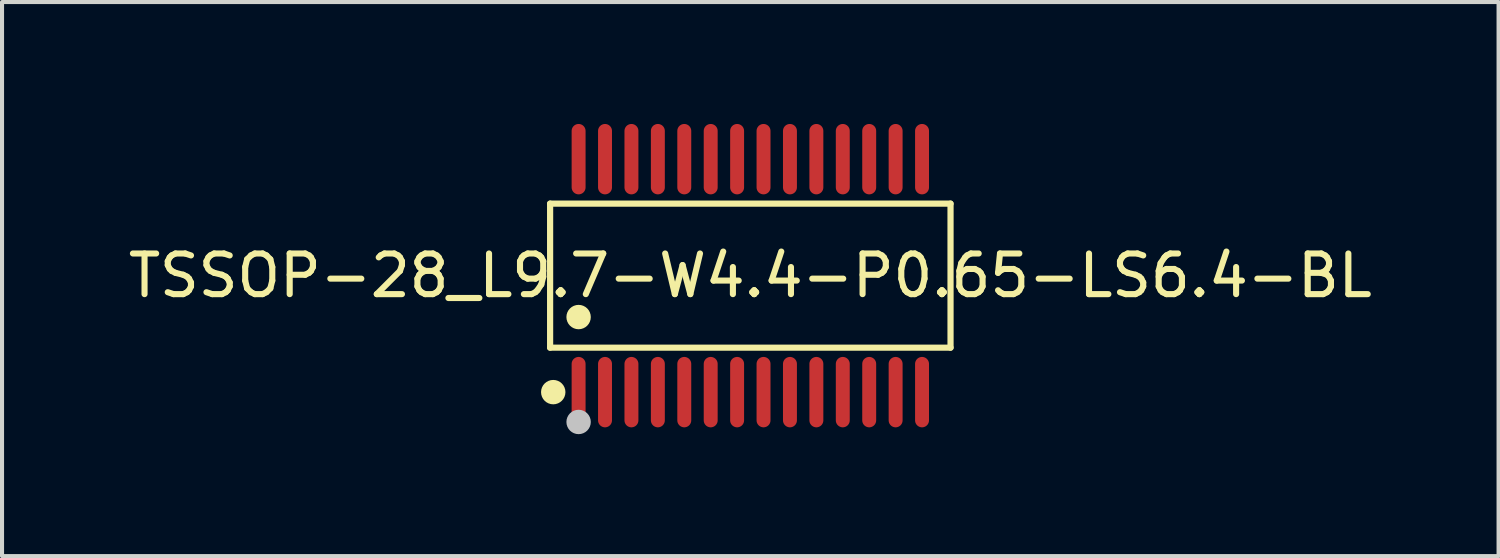
<source format=kicad_pcb>
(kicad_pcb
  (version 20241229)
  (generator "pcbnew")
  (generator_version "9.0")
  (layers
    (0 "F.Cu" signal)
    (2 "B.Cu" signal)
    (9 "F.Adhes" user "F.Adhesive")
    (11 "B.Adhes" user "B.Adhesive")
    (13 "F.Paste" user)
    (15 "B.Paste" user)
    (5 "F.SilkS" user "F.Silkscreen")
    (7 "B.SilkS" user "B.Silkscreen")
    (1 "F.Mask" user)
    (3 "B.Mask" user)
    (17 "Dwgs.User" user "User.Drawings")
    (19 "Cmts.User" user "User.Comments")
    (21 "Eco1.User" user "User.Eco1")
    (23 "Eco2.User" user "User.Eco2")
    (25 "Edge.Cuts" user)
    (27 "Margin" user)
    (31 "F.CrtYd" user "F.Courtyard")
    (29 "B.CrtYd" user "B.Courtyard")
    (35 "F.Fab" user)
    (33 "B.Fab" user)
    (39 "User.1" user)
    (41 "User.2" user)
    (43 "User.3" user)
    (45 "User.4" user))
  (footprint "TSSOP-28_L9.7-W4.4-P0.65-LS6.4-BL"
    (layer "F.Cu")
    (at 15.411 3.732)
    (property "Reference" "TSSOP-28_L9.7-W4.4-P0.65-LS6.4-BL" (at 0 0 0) (unlocked yes) (layer "F.SilkS") (effects (font (size 1 1) (thickness 0.15))))
    (fp_line (start -4.926 -1.772) (end 4.926 -1.772) (stroke (width 0.152) (type default)) (layer "F.SilkS"))
    (fp_line (start -4.926 1.772) (end -4.926 -1.772) (stroke (width 0.152) (type default)) (layer "F.SilkS"))
    (fp_line (start 4.926 -1.772) (end 4.926 1.772) (stroke (width 0.152) (type default)) (layer "F.SilkS"))
    (fp_line (start 4.926 1.772) (end -4.926 1.772) (stroke (width 0.152) (type default)) (layer "F.SilkS"))
    (fp_circle (center -4.849 2.866) (end -4.699 2.866) (stroke (width 0.3) (type default)) (fill no) (layer "F.SilkS"))
    (fp_circle (center -4.225 1.019) (end -4.075 1.019) (stroke (width 0.3) (type default)) (fill no) (layer "F.SilkS"))
    (fp_circle (center -4.225 3.6) (end -4.075 3.6) (stroke (width 0.3) (type default)) (fill no) (layer "Dwgs.User"))
    (fp_poly (pts (xy -4.348 -3.2) (xy -4.348 -2.6) (xy -4.103 -2.6) (xy -4.103 -3.2)) (stroke (width 0.1) (type default)) (fill no) (layer "User.1"))
    (fp_poly (pts (xy -4.348 -2.61) (xy -4.348 -2.19) (xy -4.103 -2.19) (xy -4.103 -2.61)) (stroke (width 0.1) (type default)) (fill no) (layer "User.1"))
    (fp_poly (pts (xy -4.348 2.61) (xy -4.348 2.19) (xy -4.103 2.19) (xy -4.103 2.61)) (stroke (width 0.1) (type default)) (fill no) (layer "User.1"))
    (fp_poly (pts (xy -4.348 3.2) (xy -4.348 2.6) (xy -4.103 2.6) (xy -4.103 3.2)) (stroke (width 0.1) (type default)) (fill no) (layer "User.1"))
    (fp_poly (pts (xy -3.697 -3.2) (xy -3.697 -2.6) (xy -3.453 -2.6) (xy -3.453 -3.2)) (stroke (width 0.1) (type default)) (fill no) (layer "User.1"))
    (fp_poly (pts (xy -3.697 -2.61) (xy -3.697 -2.19) (xy -3.453 -2.19) (xy -3.453 -2.61)) (stroke (width 0.1) (type default)) (fill no) (layer "User.1"))
    (fp_poly (pts (xy -3.697 2.61) (xy -3.697 2.19) (xy -3.453 2.19) (xy -3.453 2.61)) (stroke (width 0.1) (type default)) (fill no) (layer "User.1"))
    (fp_poly (pts (xy -3.697 3.2) (xy -3.697 2.6) (xy -3.453 2.6) (xy -3.453 3.2)) (stroke (width 0.1) (type default)) (fill no) (layer "User.1"))
    (fp_poly (pts (xy -3.047 -3.2) (xy -3.047 -2.6) (xy -2.803 -2.6) (xy -2.803 -3.2)) (stroke (width 0.1) (type default)) (fill no) (layer "User.1"))
    (fp_poly (pts (xy -3.047 -2.61) (xy -3.047 -2.19) (xy -2.803 -2.19) (xy -2.803 -2.61)) (stroke (width 0.1) (type default)) (fill no) (layer "User.1"))
    (fp_poly (pts (xy -3.047 2.61) (xy -3.047 2.19) (xy -2.803 2.19) (xy -2.803 2.61)) (stroke (width 0.1) (type default)) (fill no) (layer "User.1"))
    (fp_poly (pts (xy -3.047 3.2) (xy -3.047 2.6) (xy -2.803 2.6) (xy -2.803 3.2)) (stroke (width 0.1) (type default)) (fill no) (layer "User.1"))
    (fp_poly (pts (xy -2.397 -3.2) (xy -2.397 -2.6) (xy -2.152 -2.6) (xy -2.152 -3.2)) (stroke (width 0.1) (type default)) (fill no) (layer "User.1"))
    (fp_poly (pts (xy -2.397 -2.61) (xy -2.397 -2.19) (xy -2.152 -2.19) (xy -2.152 -2.61)) (stroke (width 0.1) (type default)) (fill no) (layer "User.1"))
    (fp_poly (pts (xy -2.397 2.61) (xy -2.397 2.19) (xy -2.152 2.19) (xy -2.152 2.61)) (stroke (width 0.1) (type default)) (fill no) (layer "User.1"))
    (fp_poly (pts (xy -2.397 3.2) (xy -2.397 2.6) (xy -2.152 2.6) (xy -2.152 3.2)) (stroke (width 0.1) (type default)) (fill no) (layer "User.1"))
    (fp_poly (pts (xy -1.748 -3.2) (xy -1.748 -2.6) (xy -1.502 -2.6) (xy -1.502 -3.2)) (stroke (width 0.1) (type default)) (fill no) (layer "User.1"))
    (fp_poly (pts (xy -1.748 -2.61) (xy -1.748 -2.19) (xy -1.502 -2.19) (xy -1.502 -2.61)) (stroke (width 0.1) (type default)) (fill no) (layer "User.1"))
    (fp_poly (pts (xy -1.748 2.61) (xy -1.748 2.19) (xy -1.502 2.19) (xy -1.502 2.61)) (stroke (width 0.1) (type default)) (fill no) (layer "User.1"))
    (fp_poly (pts (xy -1.748 3.2) (xy -1.748 2.6) (xy -1.502 2.6) (xy -1.502 3.2)) (stroke (width 0.1) (type default)) (fill no) (layer "User.1"))
    (fp_poly (pts (xy -1.097 -3.2) (xy -1.097 -2.6) (xy -0.853 -2.6) (xy -0.853 -3.2)) (stroke (width 0.1) (type default)) (fill no) (layer "User.1"))
    (fp_poly (pts (xy -1.097 -2.61) (xy -1.097 -2.19) (xy -0.853 -2.19) (xy -0.853 -2.61)) (stroke (width 0.1) (type default)) (fill no) (layer "User.1"))
    (fp_poly (pts (xy -1.097 2.61) (xy -1.097 2.19) (xy -0.853 2.19) (xy -0.853 2.61)) (stroke (width 0.1) (type default)) (fill no) (layer "User.1"))
    (fp_poly (pts (xy -1.097 3.2) (xy -1.097 2.6) (xy -0.853 2.6) (xy -0.853 3.2)) (stroke (width 0.1) (type default)) (fill no) (layer "User.1"))
    (fp_poly (pts (xy -0.448 -3.2) (xy -0.448 -2.6) (xy -0.203 -2.6) (xy -0.203 -3.2)) (stroke (width 0.1) (type default)) (fill no) (layer "User.1"))
    (fp_poly (pts (xy -0.448 -2.61) (xy -0.448 -2.19) (xy -0.203 -2.19) (xy -0.203 -2.61)) (stroke (width 0.1) (type default)) (fill no) (layer "User.1"))
    (fp_poly (pts (xy -0.448 2.61) (xy -0.448 2.19) (xy -0.203 2.19) (xy -0.203 2.61)) (stroke (width 0.1) (type default)) (fill no) (layer "User.1"))
    (fp_poly (pts (xy -0.448 3.2) (xy -0.448 2.6) (xy -0.203 2.6) (xy -0.203 3.2)) (stroke (width 0.1) (type default)) (fill no) (layer "User.1"))
    (fp_poly (pts (xy 0.203 -3.2) (xy 0.203 -2.6) (xy 0.448 -2.6) (xy 0.448 -3.2)) (stroke (width 0.1) (type default)) (fill no) (layer "User.1"))
    (fp_poly (pts (xy 0.203 -2.61) (xy 0.203 -2.19) (xy 0.448 -2.19) (xy 0.448 -2.61)) (stroke (width 0.1) (type default)) (fill no) (layer "User.1"))
    (fp_poly (pts (xy 0.203 2.61) (xy 0.203 2.19) (xy 0.448 2.19) (xy 0.448 2.61)) (stroke (width 0.1) (type default)) (fill no) (layer "User.1"))
    (fp_poly (pts (xy 0.203 3.2) (xy 0.203 2.6) (xy 0.448 2.6) (xy 0.448 3.2)) (stroke (width 0.1) (type default)) (fill no) (layer "User.1"))
    (fp_poly (pts (xy 0.853 -3.2) (xy 0.853 -2.6) (xy 1.097 -2.6) (xy 1.097 -3.2)) (stroke (width 0.1) (type default)) (fill no) (layer "User.1"))
    (fp_poly (pts (xy 0.853 -2.61) (xy 0.853 -2.19) (xy 1.097 -2.19) (xy 1.097 -2.61)) (stroke (width 0.1) (type default)) (fill no) (layer "User.1"))
    (fp_poly (pts (xy 0.853 2.61) (xy 0.853 2.19) (xy 1.097 2.19) (xy 1.097 2.61)) (stroke (width 0.1) (type default)) (fill no) (layer "User.1"))
    (fp_poly (pts (xy 0.853 3.2) (xy 0.853 2.6) (xy 1.097 2.6) (xy 1.097 3.2)) (stroke (width 0.1) (type default)) (fill no) (layer "User.1"))
    (fp_poly (pts (xy 1.502 -3.2) (xy 1.502 -2.6) (xy 1.748 -2.6) (xy 1.748 -3.2)) (stroke (width 0.1) (type default)) (fill no) (layer "User.1"))
    (fp_poly (pts (xy 1.502 -2.61) (xy 1.502 -2.19) (xy 1.748 -2.19) (xy 1.748 -2.61)) (stroke (width 0.1) (type default)) (fill no) (layer "User.1"))
    (fp_poly (pts (xy 1.502 2.61) (xy 1.502 2.19) (xy 1.748 2.19) (xy 1.748 2.61)) (stroke (width 0.1) (type default)) (fill no) (layer "User.1"))
    (fp_poly (pts (xy 1.502 3.2) (xy 1.502 2.6) (xy 1.748 2.6) (xy 1.748 3.2)) (stroke (width 0.1) (type default)) (fill no) (layer "User.1"))
    (fp_poly (pts (xy 2.152 -3.2) (xy 2.152 -2.6) (xy 2.397 -2.6) (xy 2.397 -3.2)) (stroke (width 0.1) (type default)) (fill no) (layer "User.1"))
    (fp_poly (pts (xy 2.152 -2.61) (xy 2.152 -2.19) (xy 2.397 -2.19) (xy 2.397 -2.61)) (stroke (width 0.1) (type default)) (fill no) (layer "User.1"))
    (fp_poly (pts (xy 2.152 2.61) (xy 2.152 2.19) (xy 2.397 2.19) (xy 2.397 2.61)) (stroke (width 0.1) (type default)) (fill no) (layer "User.1"))
    (fp_poly (pts (xy 2.152 3.2) (xy 2.152 2.6) (xy 2.397 2.6) (xy 2.397 3.2)) (stroke (width 0.1) (type default)) (fill no) (layer "User.1"))
    (fp_poly (pts (xy 2.803 -3.2) (xy 2.803 -2.6) (xy 3.047 -2.6) (xy 3.047 -3.2)) (stroke (width 0.1) (type default)) (fill no) (layer "User.1"))
    (fp_poly (pts (xy 2.803 -2.61) (xy 2.803 -2.19) (xy 3.047 -2.19) (xy 3.047 -2.61)) (stroke (width 0.1) (type default)) (fill no) (layer "User.1"))
    (fp_poly (pts (xy 2.803 2.61) (xy 2.803 2.19) (xy 3.047 2.19) (xy 3.047 2.61)) (stroke (width 0.1) (type default)) (fill no) (layer "User.1"))
    (fp_poly (pts (xy 2.803 3.2) (xy 2.803 2.6) (xy 3.047 2.6) (xy 3.047 3.2)) (stroke (width 0.1) (type default)) (fill no) (layer "User.1"))
    (fp_poly (pts (xy 3.453 -3.2) (xy 3.453 -2.6) (xy 3.697 -2.6) (xy 3.697 -3.2)) (stroke (width 0.1) (type default)) (fill no) (layer "User.1"))
    (fp_poly (pts (xy 3.453 -2.61) (xy 3.453 -2.19) (xy 3.697 -2.19) (xy 3.697 -2.61)) (stroke (width 0.1) (type default)) (fill no) (layer "User.1"))
    (fp_poly (pts (xy 3.453 2.61) (xy 3.453 2.19) (xy 3.697 2.19) (xy 3.697 2.61)) (stroke (width 0.1) (type default)) (fill no) (layer "User.1"))
    (fp_poly (pts (xy 3.453 3.2) (xy 3.453 2.6) (xy 3.697 2.6) (xy 3.697 3.2)) (stroke (width 0.1) (type default)) (fill no) (layer "User.1"))
    (fp_poly (pts (xy 4.103 -3.2) (xy 4.103 -2.6) (xy 4.348 -2.6) (xy 4.348 -3.2)) (stroke (width 0.1) (type default)) (fill no) (layer "User.1"))
    (fp_poly (pts (xy 4.103 -2.61) (xy 4.103 -2.19) (xy 4.348 -2.19) (xy 4.348 -2.61)) (stroke (width 0.1) (type default)) (fill no) (layer "User.1"))
    (fp_poly (pts (xy 4.103 2.61) (xy 4.103 2.19) (xy 4.348 2.19) (xy 4.348 2.61)) (stroke (width 0.1) (type default)) (fill no) (layer "User.1"))
    (fp_poly (pts (xy 4.103 3.2) (xy 4.103 2.6) (xy 4.348 2.6) (xy 4.348 3.2)) (stroke (width 0.1) (type default)) (fill no) (layer "User.1"))
    (fp_line (start -4.85 -2.2) (end 4.85 -2.2) (stroke (width 0.051) (type default)) (layer "User.2"))
    (fp_line (start -4.85 2.2) (end -4.85 -2.2) (stroke (width 0.051) (type default)) (layer "User.2"))
    (fp_line (start 4.85 -2.2) (end 4.85 2.2) (stroke (width 0.051) (type default)) (layer "User.2"))
    (fp_line (start 4.85 2.2) (end -4.85 2.2) (stroke (width 0.051) (type default)) (layer "User.2"))
    (fp_poly (pts (xy -4.79 3.2) (xy -4.808 3.158) (xy -4.85 3.14) (xy -4.892 3.158) (xy -4.91 3.2) (xy -4.892 3.242) (xy -4.85 3.26) (xy -4.808 3.242)) (stroke (width 0.1) (type default)) (fill no) (layer "User.3"))
    (pad "1" smd oval (at -4.225 2.866) (size 0.343 1.732) (layers "F.Cu" "F.Mask" "F.Paste"))
    (pad "2" smd oval (at -3.575 2.866) (size 0.343 1.732) (layers "F.Cu" "F.Mask" "F.Paste"))
    (pad "3" smd oval (at -2.925 2.866) (size 0.343 1.732) (layers "F.Cu" "F.Mask" "F.Paste"))
    (pad "4" smd oval (at -2.275 2.866) (size 0.343 1.732) (layers "F.Cu" "F.Mask" "F.Paste"))
    (pad "5" smd oval (at -1.625 2.866) (size 0.343 1.732) (layers "F.Cu" "F.Mask" "F.Paste"))
    (pad "6" smd oval (at -0.975 2.866) (size 0.343 1.732) (layers "F.Cu" "F.Mask" "F.Paste"))
    (pad "7" smd oval (at -0.325 2.866) (size 0.343 1.732) (layers "F.Cu" "F.Mask" "F.Paste"))
    (pad "8" smd oval (at 0.325 2.866) (size 0.343 1.732) (layers "F.Cu" "F.Mask" "F.Paste"))
    (pad "9" smd oval (at 0.975 2.866) (size 0.343 1.732) (layers "F.Cu" "F.Mask" "F.Paste"))
    (pad "10" smd oval (at 1.625 2.866) (size 0.343 1.732) (layers "F.Cu" "F.Mask" "F.Paste"))
    (pad "11" smd oval (at 2.275 2.866) (size 0.343 1.732) (layers "F.Cu" "F.Mask" "F.Paste"))
    (pad "12" smd oval (at 2.925 2.866) (size 0.343 1.732) (layers "F.Cu" "F.Mask" "F.Paste"))
    (pad "13" smd oval (at 3.575 2.866) (size 0.343 1.732) (layers "F.Cu" "F.Mask" "F.Paste"))
    (pad "14" smd oval (at 4.225 2.866) (size 0.343 1.732) (layers "F.Cu" "F.Mask" "F.Paste"))
    (pad "15" smd oval (at 4.225 -2.866) (size 0.343 1.732) (layers "F.Cu" "F.Mask" "F.Paste"))
    (pad "16" smd oval (at 3.575 -2.866) (size 0.343 1.732) (layers "F.Cu" "F.Mask" "F.Paste"))
    (pad "17" smd oval (at 2.925 -2.866) (size 0.343 1.732) (layers "F.Cu" "F.Mask" "F.Paste"))
    (pad "18" smd oval (at 2.275 -2.866) (size 0.343 1.732) (layers "F.Cu" "F.Mask" "F.Paste"))
    (pad "19" smd oval (at 1.625 -2.866) (size 0.343 1.732) (layers "F.Cu" "F.Mask" "F.Paste"))
    (pad "20" smd oval (at 0.975 -2.866) (size 0.343 1.732) (layers "F.Cu" "F.Mask" "F.Paste"))
    (pad "21" smd oval (at 0.325 -2.866) (size 0.343 1.732) (layers "F.Cu" "F.Mask" "F.Paste"))
    (pad "22" smd oval (at -0.325 -2.866) (size 0.343 1.732) (layers "F.Cu" "F.Mask" "F.Paste"))
    (pad "23" smd oval (at -0.975 -2.866) (size 0.343 1.732) (layers "F.Cu" "F.Mask" "F.Paste"))
    (pad "24" smd oval (at -1.625 -2.866) (size 0.343 1.732) (layers "F.Cu" "F.Mask" "F.Paste"))
    (pad "25" smd oval (at -2.275 -2.866) (size 0.343 1.732) (layers "F.Cu" "F.Mask" "F.Paste"))
    (pad "26" smd oval (at -2.925 -2.866) (size 0.343 1.732) (layers "F.Cu" "F.Mask" "F.Paste"))
    (pad "27" smd oval (at -3.575 -2.866) (size 0.343 1.732) (layers "F.Cu" "F.Mask" "F.Paste"))
    (pad "28" smd oval (at -4.225 -2.866) (size 0.343 1.732) (layers "F.Cu" "F.Mask" "F.Paste")))
  (gr_rect
    (start -3 -3)
    (end 33.821 10.632)
    (stroke (width 0.1) (type default))
    (fill no)
    (layer "Edge.Cuts")))
</source>
